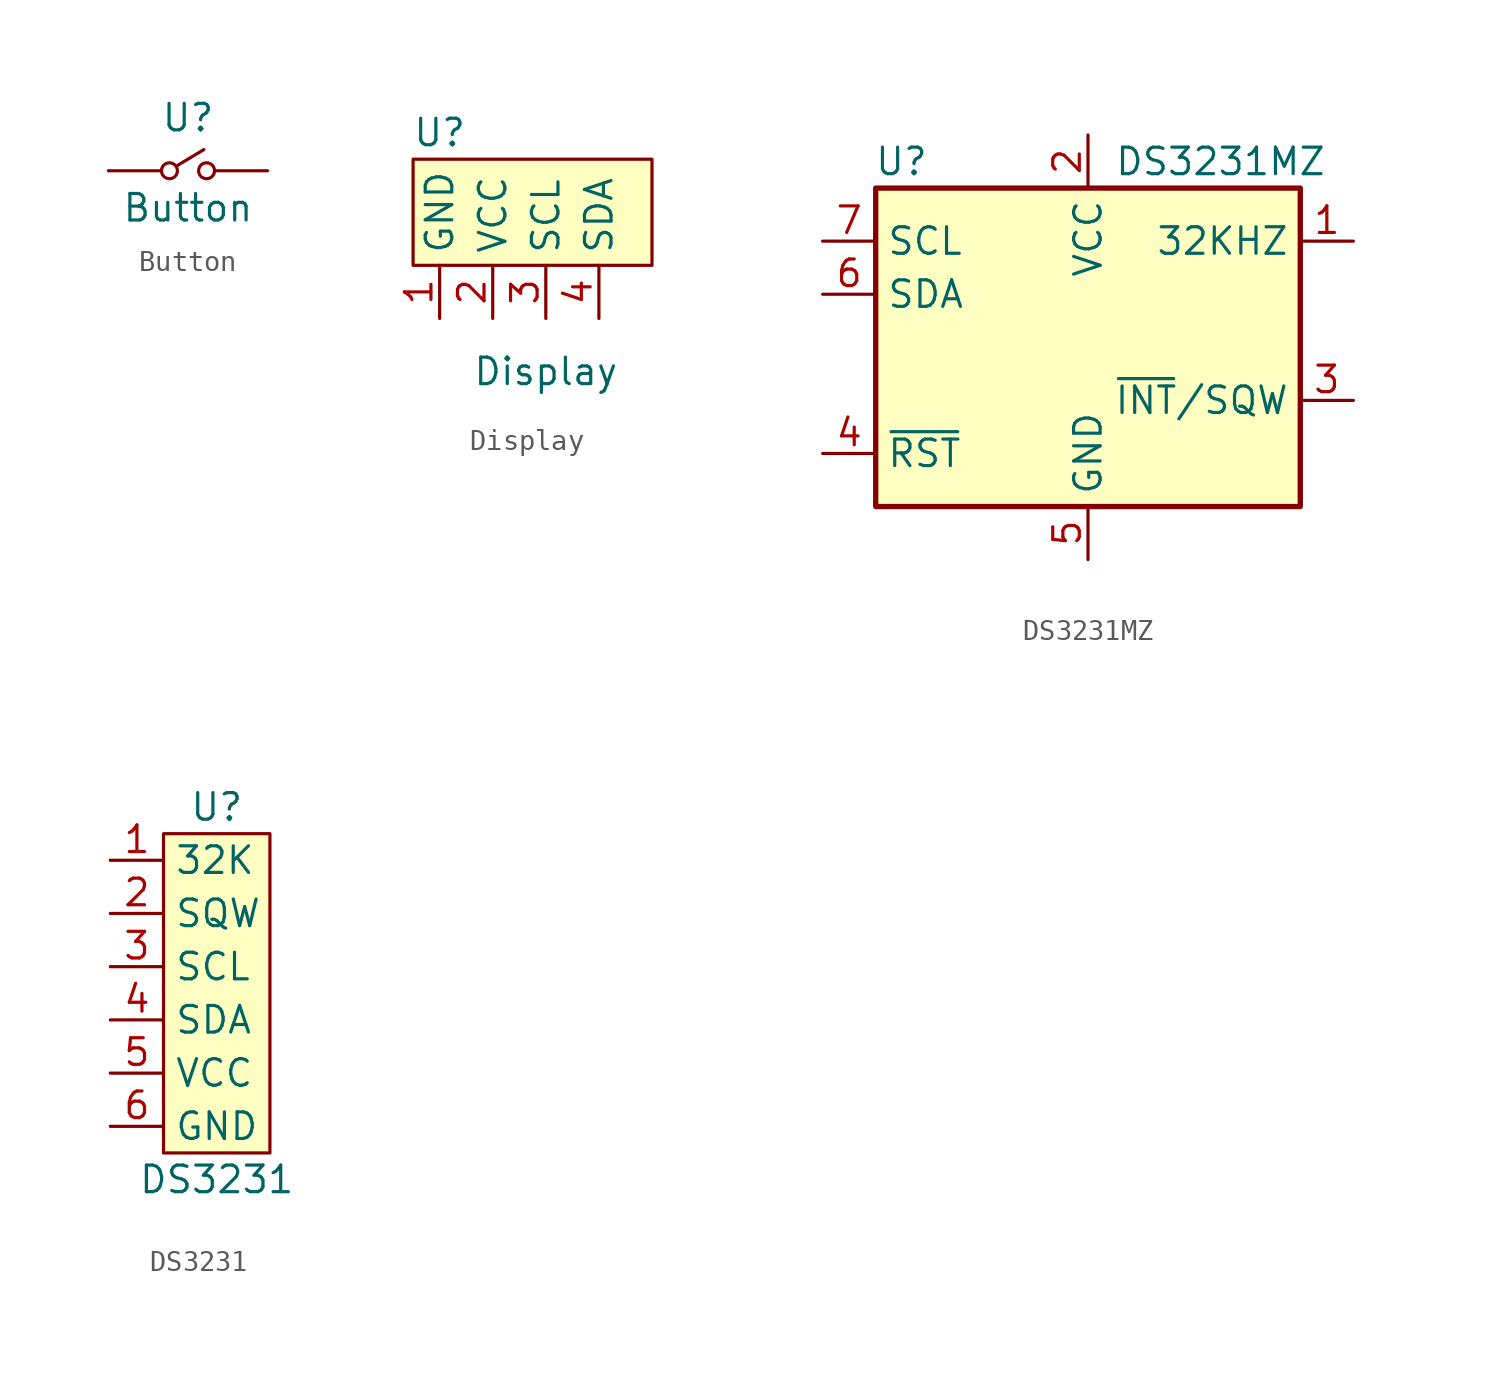
<source format=kicad_sym>
(kicad_symbol_lib
  (version 20211014)
  (generator kicad_symbol_editor)
  (symbol "Button"
    (pin_numbers hide)
    (pin_names hide)
    (property "Reference" "U"
      (at 0 2.54 0)
      (effects (font (size 1.27 1.27))))
    (property "Value" "Button"
      (at 0 -1.778 0)
      (effects (font (size 1.27 1.27))))
    (symbol "Button_0_1"
      (circle (center -0.889 0) (radius 0.381) (stroke (width 0) (type default) (color 0 0 0 0)) (fill (type none)))
      (polyline (pts (xy -0.508 0.254) (xy 0.762 1.016)) (stroke (width 0) (type default) (color 0 0 0 0)) (fill (type none)))
      (circle (center 0.889 0) (radius 0.381) (stroke (width 0) (type default) (color 0 0 0 0)) (fill (type none))))
    (symbol "Button_1_1"
      (pin passive line (at -3.81 0 0) (length 2.54) (name "" (effects (font (size 1.27 1.27)))) (number "1" (effects (font (size 1.27 1.27)))))
      (pin passive line (at 3.81 0 180) (length 2.54) (name "" (effects (font (size 1.27 1.27)))) (number "2" (effects (font (size 1.27 1.27)))))))
  (symbol "Display"
    (property "Reference" "U"
      (at -5.08 6.35 0)
      (effects (font (size 1.27 1.27))))
    (property "Value" "Display"
      (at 0 -5.08 0)
      (effects (font (size 1.27 1.27))))
    (symbol "Display_0_1"
      (rectangle (start -6.35 5.08) (end 5.08 0) (stroke (width 0) (type default) (color 0 0 0 0)) (fill (type background))))
    (symbol "Display_1_1"
      (pin passive line (at -5.08 -2.54 90) (length 2.54) (name "GND" (effects (font (size 1.27 1.27)))) (number "1" (effects (font (size 1.27 1.27)))))
      (pin passive line (at -2.54 -2.54 90) (length 2.54) (name "VCC" (effects (font (size 1.27 1.27)))) (number "2" (effects (font (size 1.27 1.27)))))
      (pin passive line (at 0 -2.54 90) (length 2.54) (name "SCL" (effects (font (size 1.27 1.27)))) (number "3" (effects (font (size 1.27 1.27)))))
      (pin passive line (at 2.54 -2.54 90) (length 2.54) (name "SDA" (effects (font (size 1.27 1.27)))) (number "4" (effects (font (size 1.27 1.27)))))))
  (symbol "DS3231MZ"
    (property "Reference" "U"
      (at -7.62 8.89 0)
      (effects (font (size 1.27 1.27)) (justify right)))
    (property "Value" "DS3231MZ"
      (at 11.43 8.89 0)
      (effects (font (size 1.27 1.27)) (justify right)))
    (symbol "DS3231MZ_0_1"
      (rectangle (start -10.16 7.62) (end 10.16 -7.62) (stroke (width 0.254) (type default) (color 0 0 0 0)) (fill (type background))))
    (symbol "DS3231MZ_1_1"
      (pin open_collector line (at 12.7 5.08 180) (length 2.54) (name "32KHZ" (effects (font (size 1.27 1.27)))) (number "1" (effects (font (size 1.27 1.27)))))
      (pin power_in line (at 0 10.16 270) (length 2.54) (name "VCC" (effects (font (size 1.27 1.27)))) (number "2" (effects (font (size 1.27 1.27)))))
      (pin open_collector line (at 12.7 -2.54 180) (length 2.54) (name "~{INT}/SQW" (effects (font (size 1.27 1.27)))) (number "3" (effects (font (size 1.27 1.27)))))
      (pin bidirectional line (at -12.7 -5.08 0) (length 2.54) (name "~{RST}" (effects (font (size 1.27 1.27)))) (number "4" (effects (font (size 1.27 1.27)))))
      (pin power_in line (at 0 -10.16 90) (length 2.54) (name "GND" (effects (font (size 1.27 1.27)))) (number "5" (effects (font (size 1.27 1.27)))))
      (pin bidirectional line (at -12.7 2.54 0) (length 2.54) (name "SDA" (effects (font (size 1.27 1.27)))) (number "6" (effects (font (size 1.27 1.27)))))
      (pin input line (at -12.7 5.08 0) (length 2.54) (name "SCL" (effects (font (size 1.27 1.27)))) (number "7" (effects (font (size 1.27 1.27)))))))
  (symbol "DS3231"
    (property "Reference" "U"
      (at 0 6.35 0)
      (effects (font (size 1.27 1.27))))
    (property "Value" "DS3231"
      (at 0 -11.43 0)
      (effects (font (size 1.27 1.27))))
    (symbol "DS3231_0_1"
      (rectangle (start -2.54 5.08) (end 2.54 -10.16) (stroke (width 0) (type default) (color 0 0 0 0)) (fill (type background))))
    (symbol "DS3231_1_1"
      (pin passive line (at -5.08 3.81 0) (length 2.54) (name "32K" (effects (font (size 1.27 1.27)))) (number "1" (effects (font (size 1.27 1.27)))))
      (pin passive line (at -5.08 1.27 0) (length 2.54) (name "SQW" (effects (font (size 1.27 1.27)))) (number "2" (effects (font (size 1.27 1.27)))))
      (pin passive line (at -5.08 -1.27 0) (length 2.54) (name "SCL" (effects (font (size 1.27 1.27)))) (number "3" (effects (font (size 1.27 1.27)))))
      (pin passive line (at -5.08 -3.81 0) (length 2.54) (name "SDA" (effects (font (size 1.27 1.27)))) (number "4" (effects (font (size 1.27 1.27)))))
      (pin passive line (at -5.08 -6.35 0) (length 2.54) (name "VCC" (effects (font (size 1.27 1.27)))) (number "5" (effects (font (size 1.27 1.27)))))
      (pin passive line (at -5.08 -8.89 0) (length 2.54) (name "GND" (effects (font (size 1.27 1.27)))) (number "6" (effects (font (size 1.27 1.27))))))))
</source>
